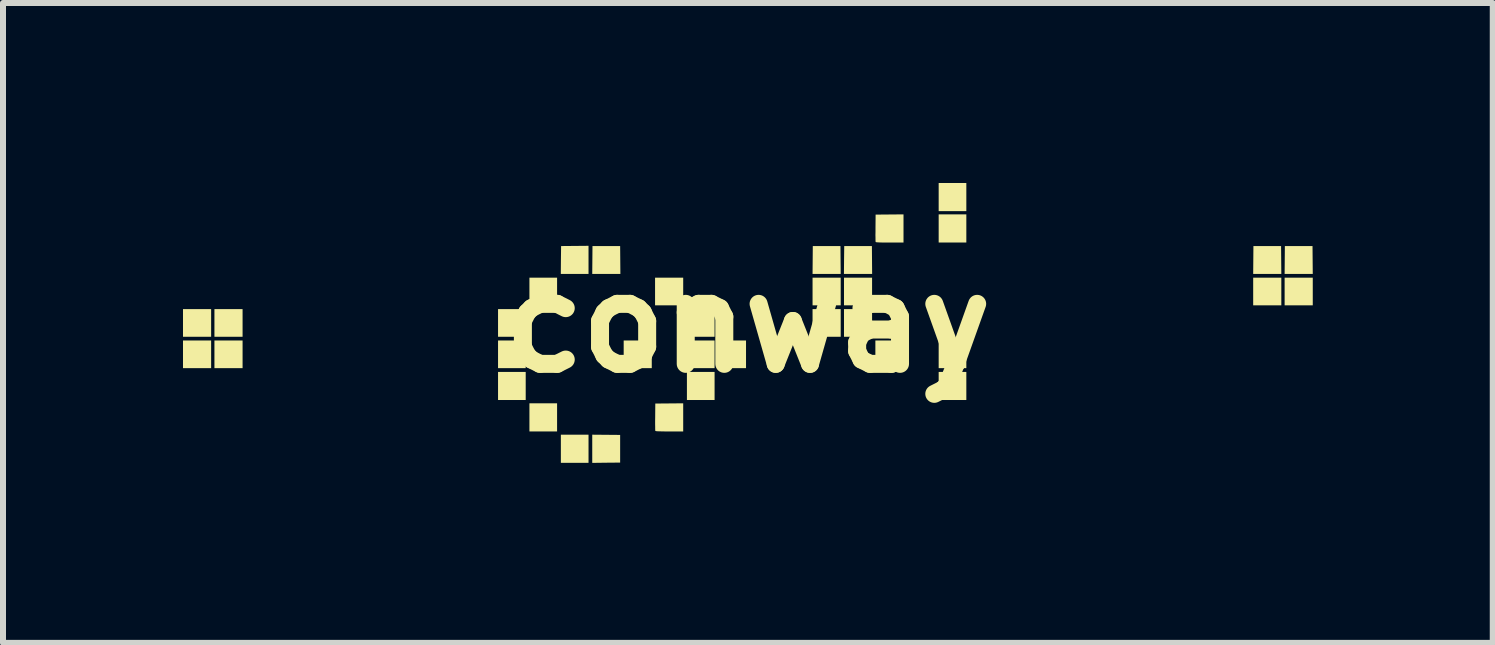
<source format=kicad_pcb>
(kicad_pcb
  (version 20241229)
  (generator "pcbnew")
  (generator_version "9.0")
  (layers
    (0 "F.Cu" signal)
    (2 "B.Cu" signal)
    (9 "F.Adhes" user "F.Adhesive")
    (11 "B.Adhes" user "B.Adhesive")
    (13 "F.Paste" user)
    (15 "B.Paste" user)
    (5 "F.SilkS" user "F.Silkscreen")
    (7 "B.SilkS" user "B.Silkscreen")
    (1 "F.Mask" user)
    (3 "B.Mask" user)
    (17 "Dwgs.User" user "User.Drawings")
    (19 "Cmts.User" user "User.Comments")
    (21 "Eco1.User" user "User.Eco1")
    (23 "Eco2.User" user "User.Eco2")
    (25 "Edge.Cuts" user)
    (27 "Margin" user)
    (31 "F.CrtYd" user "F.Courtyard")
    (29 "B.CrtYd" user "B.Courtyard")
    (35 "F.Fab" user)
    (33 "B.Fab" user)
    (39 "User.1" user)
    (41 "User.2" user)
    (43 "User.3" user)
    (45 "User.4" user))
  (footprint "conway"
    (layer "F.Cu")
    (at 9.415 2.336)
    (property "Reference" "conway" (at 0 0 0) (layer "F.SilkS") (effects (font (size 1.5 1.5) (thickness 0.3))))
    (attr board_only exclude_from_pos_files exclude_from_bom)
    (fp_poly (pts (xy -8.946 -0.004) (xy -8.946 0.227) (xy -9.18 0.227) (xy -9.415 0.227) (xy -9.415 -0.004) (xy -9.415 -0.234) (xy -9.18 -0.234) (xy -8.946 -0.234)) (stroke (width 0) (type solid)) (fill yes) (layer "F.SilkS"))
    (fp_poly (pts (xy -8.946 0.52) (xy -8.946 0.75) (xy -9.18 0.75) (xy -9.415 0.75) (xy -9.415 0.52) (xy -9.415 0.289) (xy -9.18 0.289) (xy -8.946 0.289)) (stroke (width 0) (type solid)) (fill yes) (layer "F.SilkS"))
    (fp_poly (pts (xy -8.422 -0.004) (xy -8.422 0.227) (xy -8.657 0.227) (xy -8.891 0.227) (xy -8.891 -0.004) (xy -8.891 -0.234) (xy -8.657 -0.234) (xy -8.422 -0.234)) (stroke (width 0) (type solid)) (fill yes) (layer "F.SilkS"))
    (fp_poly (pts (xy -8.422 0.52) (xy -8.422 0.75) (xy -8.657 0.75) (xy -8.891 0.75) (xy -8.891 0.52) (xy -8.891 0.289) (xy -8.657 0.289) (xy -8.422 0.289)) (stroke (width 0) (type solid)) (fill yes) (layer "F.SilkS"))
    (fp_poly (pts (xy -3.703 -0.004) (xy -3.703 0.227) (xy -3.934 0.227) (xy -4.164 0.227) (xy -4.164 -0.004) (xy -4.164 -0.234) (xy -3.934 -0.234) (xy -3.703 -0.234)) (stroke (width 0) (type solid)) (fill yes) (layer "F.SilkS"))
    (fp_poly (pts (xy -3.703 0.52) (xy -3.703 0.75) (xy -3.934 0.75) (xy -4.164 0.75) (xy -4.164 0.52) (xy -4.164 0.289) (xy -3.934 0.289) (xy -3.703 0.289)) (stroke (width 0) (type solid)) (fill yes) (layer "F.SilkS"))
    (fp_poly (pts (xy -3.703 1.047) (xy -3.703 1.281) (xy -3.934 1.281) (xy -4.164 1.281) (xy -4.164 1.047) (xy -4.164 0.813) (xy -3.934 0.813) (xy -3.703 0.813)) (stroke (width 0) (type solid)) (fill yes) (layer "F.SilkS"))
    (fp_poly (pts (xy -3.18 -0.527) (xy -3.18 -0.297) (xy -3.41 -0.297) (xy -3.641 -0.297) (xy -3.641 -0.527) (xy -3.641 -0.758) (xy -3.41 -0.758) (xy -3.18 -0.758)) (stroke (width 0) (type solid)) (fill yes) (layer "F.SilkS"))
    (fp_poly (pts (xy -3.18 1.57) (xy -3.18 1.805) (xy -3.41 1.805) (xy -3.641 1.805) (xy -3.641 1.57) (xy -3.641 1.336) (xy -3.41 1.336) (xy -3.18 1.336)) (stroke (width 0) (type solid)) (fill yes) (layer "F.SilkS"))
    (fp_poly (pts (xy -2.656 -1.055) (xy -2.656 -0.82) (xy -2.887 -0.82) (xy -3.118 -0.82) (xy -3.116 -1.053) (xy -3.113 -1.285) (xy -2.885 -1.287) (xy -2.656 -1.289)) (stroke (width 0) (type solid)) (fill yes) (layer "F.SilkS"))
    (fp_poly (pts (xy -2.656 2.094) (xy -2.656 2.328) (xy -2.887 2.328) (xy -3.117 2.328) (xy -3.117 2.094) (xy -3.117 1.859) (xy -2.887 1.859) (xy -2.656 1.859)) (stroke (width 0) (type solid)) (fill yes) (layer "F.SilkS"))
    (fp_poly (pts (xy -2.361 1.861) (xy -2.129 1.863) (xy -2.129 2.094) (xy -2.129 2.324) (xy -2.361 2.326) (xy -2.594 2.329) (xy -2.594 2.094) (xy -2.594 1.859)) (stroke (width 0) (type solid)) (fill yes) (layer "F.SilkS"))
    (fp_poly (pts (xy -2.127 -1.053) (xy -2.125 -0.82) (xy -2.36 -0.82) (xy -2.594 -0.82) (xy -2.592 -1.053) (xy -2.59 -1.285) (xy -2.36 -1.285) (xy -2.129 -1.285)) (stroke (width 0) (type solid)) (fill yes) (layer "F.SilkS"))
    (fp_poly (pts (xy -1.602 0.52) (xy -1.602 0.75) (xy -1.836 0.75) (xy -2.07 0.75) (xy -2.07 0.52) (xy -2.07 0.289) (xy -1.836 0.289) (xy -1.602 0.289)) (stroke (width 0) (type solid)) (fill yes) (layer "F.SilkS"))
    (fp_poly (pts (xy -1.078 -0.527) (xy -1.078 -0.297) (xy -1.313 -0.297) (xy -1.547 -0.297) (xy -1.547 -0.527) (xy -1.547 -0.758) (xy -1.313 -0.758) (xy -1.078 -0.758)) (stroke (width 0) (type solid)) (fill yes) (layer "F.SilkS"))
    (fp_poly (pts (xy -0.555 -0.004) (xy -0.555 0.227) (xy -0.785 0.227) (xy -1.016 0.227) (xy -1.016 -0.004) (xy -1.016 -0.234) (xy -0.785 -0.234) (xy -0.555 -0.234)) (stroke (width 0) (type solid)) (fill yes) (layer "F.SilkS"))
    (fp_poly (pts (xy -0.555 0.52) (xy -0.555 0.75) (xy -0.785 0.75) (xy -1.016 0.75) (xy -1.016 0.52) (xy -1.016 0.289) (xy -0.785 0.289) (xy -0.555 0.289)) (stroke (width 0) (type solid)) (fill yes) (layer "F.SilkS"))
    (fp_poly (pts (xy -0.555 1.047) (xy -0.555 1.281) (xy -0.785 1.281) (xy -1.016 1.281) (xy -1.016 1.047) (xy -1.016 0.813) (xy -0.785 0.813) (xy -0.555 0.813)) (stroke (width 0) (type solid)) (fill yes) (layer "F.SilkS"))
    (fp_poly (pts (xy -0.031 0.52) (xy -0.031 0.75) (xy -0.262 0.75) (xy -0.492 0.75) (xy -0.492 0.52) (xy -0.492 0.289) (xy -0.262 0.289) (xy -0.031 0.289)) (stroke (width 0) (type solid)) (fill yes) (layer "F.SilkS"))
    (fp_poly (pts (xy 1.545 -1.053) (xy 1.547 -0.82) (xy 1.313 -0.82) (xy 1.078 -0.82) (xy 1.08 -1.053) (xy 1.082 -1.285) (xy 1.313 -1.285) (xy 1.543 -1.285)) (stroke (width 0) (type solid)) (fill yes) (layer "F.SilkS"))
    (fp_poly (pts (xy 1.547 -0.527) (xy 1.547 -0.297) (xy 1.313 -0.297) (xy 1.078 -0.297) (xy 1.078 -0.527) (xy 1.078 -0.758) (xy 1.313 -0.758) (xy 1.547 -0.758)) (stroke (width 0) (type solid)) (fill yes) (layer "F.SilkS"))
    (fp_poly (pts (xy 1.547 -0.004) (xy 1.547 0.227) (xy 1.313 0.227) (xy 1.078 0.227) (xy 1.078 -0.004) (xy 1.078 -0.234) (xy 1.313 -0.234) (xy 1.547 -0.234)) (stroke (width 0) (type solid)) (fill yes) (layer "F.SilkS"))
    (fp_poly (pts (xy 2.069 -1.053) (xy 2.071 -0.82) (xy 1.836 -0.82) (xy 1.601 -0.82) (xy 1.603 -1.053) (xy 1.606 -1.285) (xy 1.836 -1.285) (xy 2.067 -1.285)) (stroke (width 0) (type solid)) (fill yes) (layer "F.SilkS"))
    (fp_poly (pts (xy 2.07 -0.527) (xy 2.07 -0.297) (xy 1.836 -0.297) (xy 1.602 -0.297) (xy 1.602 -0.527) (xy 1.602 -0.758) (xy 1.836 -0.758) (xy 2.07 -0.758)) (stroke (width 0) (type solid)) (fill yes) (layer "F.SilkS"))
    (fp_poly (pts (xy 2.07 -0.004) (xy 2.07 0.227) (xy 1.836 0.227) (xy 1.602 0.227) (xy 1.602 -0.004) (xy 1.602 -0.234) (xy 1.836 -0.234) (xy 2.07 -0.234)) (stroke (width 0) (type solid)) (fill yes) (layer "F.SilkS"))
    (fp_poly (pts (xy 2.594 0.52) (xy 2.594 0.75) (xy 2.36 0.75) (xy 2.125 0.75) (xy 2.125 0.52) (xy 2.125 0.289) (xy 2.36 0.289) (xy 2.594 0.289)) (stroke (width 0) (type solid)) (fill yes) (layer "F.SilkS"))
    (fp_poly (pts (xy 3.641 -2.102) (xy 3.641 -1.867) (xy 3.41 -1.867) (xy 3.18 -1.867) (xy 3.18 -2.102) (xy 3.18 -2.336) (xy 3.41 -2.336) (xy 3.641 -2.336)) (stroke (width 0) (type solid)) (fill yes) (layer "F.SilkS"))
    (fp_poly (pts (xy 3.641 -1.578) (xy 3.641 -1.344) (xy 3.41 -1.344) (xy 3.18 -1.344) (xy 3.18 -1.578) (xy 3.18 -1.813) (xy 3.41 -1.813) (xy 3.641 -1.813)) (stroke (width 0) (type solid)) (fill yes) (layer "F.SilkS"))
    (fp_poly (pts (xy 3.641 0.52) (xy 3.641 0.75) (xy 3.41 0.75) (xy 3.18 0.75) (xy 3.18 0.52) (xy 3.18 0.289) (xy 3.41 0.289) (xy 3.641 0.289)) (stroke (width 0) (type solid)) (fill yes) (layer "F.SilkS"))
    (fp_poly (pts (xy 3.641 1.047) (xy 3.641 1.281) (xy 3.41 1.281) (xy 3.18 1.281) (xy 3.18 1.047) (xy 3.18 0.813) (xy 3.41 0.813) (xy 3.641 0.813)) (stroke (width 0) (type solid)) (fill yes) (layer "F.SilkS"))
    (fp_poly (pts (xy 8.889 -1.053) (xy 8.891 -0.82) (xy 8.657 -0.82) (xy 8.422 -0.82) (xy 8.424 -1.053) (xy 8.426 -1.285) (xy 8.657 -1.285) (xy 8.887 -1.285)) (stroke (width 0) (type solid)) (fill yes) (layer "F.SilkS"))
    (fp_poly (pts (xy 8.891 -0.527) (xy 8.891 -0.297) (xy 8.657 -0.297) (xy 8.422 -0.297) (xy 8.422 -0.527) (xy 8.422 -0.758) (xy 8.657 -0.758) (xy 8.891 -0.758)) (stroke (width 0) (type solid)) (fill yes) (layer "F.SilkS"))
    (fp_poly (pts (xy 9.413 -1.053) (xy 9.415 -0.82) (xy 9.18 -0.82) (xy 8.946 -0.82) (xy 8.948 -1.053) (xy 8.95 -1.285) (xy 9.18 -1.285) (xy 9.411 -1.285)) (stroke (width 0) (type solid)) (fill yes) (layer "F.SilkS"))
    (fp_poly (pts (xy 9.415 -0.527) (xy 9.415 -0.297) (xy 9.18 -0.297) (xy 8.946 -0.297) (xy 8.946 -0.527) (xy 8.946 -0.758) (xy 9.18 -0.758) (xy 9.415 -0.758)) (stroke (width 0) (type solid)) (fill yes) (layer "F.SilkS"))
    (fp_poly (pts (xy -1.078 1.57) (xy -1.078 1.805) (xy -1.309 1.805) (xy -1.378 1.805) (xy -1.434 1.804) (xy -1.476 1.803) (xy -1.507 1.802) (xy -1.528 1.8) (xy -1.539 1.798) (xy -1.543 1.795) (xy -1.544 1.785) (xy -1.545 1.761) (xy -1.545 1.726) (xy -1.546 1.682) (xy -1.546 1.63) (xy -1.545 1.573) (xy -1.545 1.562) (xy -1.543 1.34) (xy -1.311 1.338) (xy -1.078 1.336)) (stroke (width 0) (type solid)) (fill yes) (layer "F.SilkS"))
    (fp_poly (pts (xy 2.594 -1.578) (xy 2.594 -1.344) (xy 2.363 -1.344) (xy 2.294 -1.344) (xy 2.238 -1.344) (xy 2.196 -1.345) (xy 2.165 -1.347) (xy 2.145 -1.348) (xy 2.133 -1.351) (xy 2.129 -1.354) (xy 2.128 -1.364) (xy 2.127 -1.387) (xy 2.127 -1.423) (xy 2.126 -1.467) (xy 2.127 -1.519) (xy 2.127 -1.576) (xy 2.127 -1.586) (xy 2.129 -1.809) (xy 2.361 -1.811) (xy 2.594 -1.813)) (stroke (width 0) (type solid)) (fill yes) (layer "F.SilkS")))
  (gr_rect
    (start -3 -3)
    (end 21.83 7.665)
    (stroke (width 0.1) (type default))
    (fill no)
    (layer "Edge.Cuts")))
</source>
